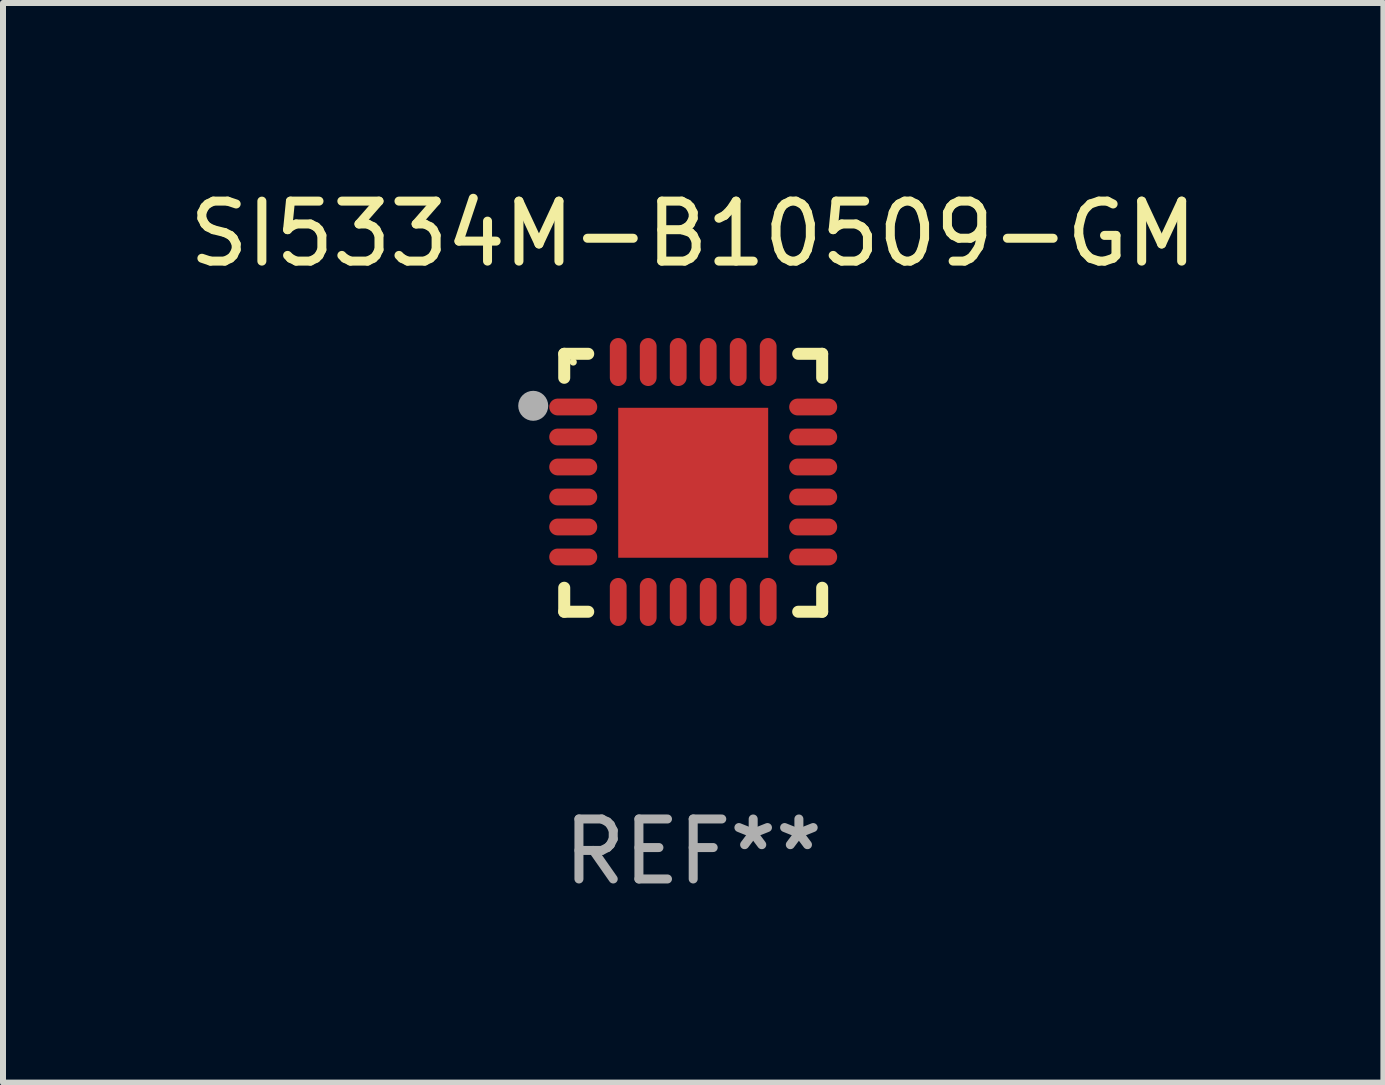
<source format=kicad_pcb>
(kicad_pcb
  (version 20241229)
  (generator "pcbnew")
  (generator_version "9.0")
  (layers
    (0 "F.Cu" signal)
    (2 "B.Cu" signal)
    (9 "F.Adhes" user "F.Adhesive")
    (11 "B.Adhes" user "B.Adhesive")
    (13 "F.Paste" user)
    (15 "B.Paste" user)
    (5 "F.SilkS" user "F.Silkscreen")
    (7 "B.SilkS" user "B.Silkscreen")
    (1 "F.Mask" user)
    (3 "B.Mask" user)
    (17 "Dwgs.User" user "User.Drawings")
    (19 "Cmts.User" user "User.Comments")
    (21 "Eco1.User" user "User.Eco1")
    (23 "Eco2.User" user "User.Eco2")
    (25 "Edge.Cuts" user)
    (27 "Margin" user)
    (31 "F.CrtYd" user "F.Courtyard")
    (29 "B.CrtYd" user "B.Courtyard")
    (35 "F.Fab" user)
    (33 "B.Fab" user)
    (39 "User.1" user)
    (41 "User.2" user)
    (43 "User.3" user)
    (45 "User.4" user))
  (footprint "SI5334M-B10509-GM"
    (layer "F.Cu")
    (at 8.506 4.998)
    (property "Reference" "SI5334M-B10509-GM" (at 0 -4.15 0) (layer "F.SilkS") (effects (font (size 1 1) (thickness 0.15))))
    (attr through_hole)
    (fp_line (start -2.15 -2.15) (end -1.75 -2.15) (stroke (width 0.2) (type solid)) (layer "F.SilkS"))
    (fp_line (start -2.15 -1.75) (end -2.15 -2.15) (stroke (width 0.2) (type solid)) (layer "F.SilkS"))
    (fp_line (start -2.15 2.15) (end -2.15 1.75) (stroke (width 0.2) (type solid)) (layer "F.SilkS"))
    (fp_line (start -1.75 2.15) (end -2.15 2.15) (stroke (width 0.2) (type solid)) (layer "F.SilkS"))
    (fp_line (start 1.75 -2.15) (end 2.15 -2.15) (stroke (width 0.2) (type solid)) (layer "F.SilkS"))
    (fp_line (start 1.75 2.15) (end 2.15 2.15) (stroke (width 0.2) (type solid)) (layer "F.SilkS"))
    (fp_line (start 2.15 -2.15) (end 2.15 -1.75) (stroke (width 0.2) (type solid)) (layer "F.SilkS"))
    (fp_line (start 2.15 2.15) (end 2.15 1.75) (stroke (width 0.2) (type solid)) (layer "F.SilkS"))
    (fp_circle (center -2 -2.013) (end -1.97 -2.013) (stroke (width 0.06) (type solid)) (fill no) (layer "F.SilkS"))
    (fp_circle (center -2.667 -1.283) (end -2.542 -1.283) (stroke (width 0.25) (type solid)) (fill no) (layer "F.Fab"))
    (fp_text user "REF**" (at 0 6.15 0) (layer "F.Fab") (effects (font (size 1 1) (thickness 0.15))))
    (pad "1" smd oval (at -2 -1.263) (size 0.8 0.28) (layers "F.Cu" "F.Mask" "F.Paste"))
    (pad "2" smd oval (at -2 -0.763) (size 0.8 0.28) (layers "F.Cu" "F.Mask" "F.Paste"))
    (pad "3" smd oval (at -2 -0.263) (size 0.8 0.28) (layers "F.Cu" "F.Mask" "F.Paste"))
    (pad "4" smd oval (at -2 0.237) (size 0.8 0.28) (layers "F.Cu" "F.Mask" "F.Paste"))
    (pad "5" smd oval (at -2 0.737) (size 0.8 0.28) (layers "F.Cu" "F.Mask" "F.Paste"))
    (pad "6" smd oval (at -2 1.237) (size 0.8 0.28) (layers "F.Cu" "F.Mask" "F.Paste"))
    (pad "7" smd oval (at -1.25 1.987) (size 0.28 0.8) (layers "F.Cu" "F.Mask" "F.Paste"))
    (pad "8" smd oval (at -0.75 1.987) (size 0.28 0.8) (layers "F.Cu" "F.Mask" "F.Paste"))
    (pad "9" smd oval (at -0.25 1.987) (size 0.28 0.8) (layers "F.Cu" "F.Mask" "F.Paste"))
    (pad "10" smd oval (at 0.25 1.987) (size 0.28 0.8) (layers "F.Cu" "F.Mask" "F.Paste"))
    (pad "11" smd oval (at 0.75 1.987) (size 0.28 0.8) (layers "F.Cu" "F.Mask" "F.Paste"))
    (pad "12" smd oval (at 1.25 1.987) (size 0.28 0.8) (layers "F.Cu" "F.Mask" "F.Paste"))
    (pad "13" smd oval (at 2 1.237) (size 0.8 0.28) (layers "F.Cu" "F.Mask" "F.Paste"))
    (pad "14" smd oval (at 2 0.737) (size 0.8 0.28) (layers "F.Cu" "F.Mask" "F.Paste"))
    (pad "15" smd oval (at 2 0.237) (size 0.8 0.28) (layers "F.Cu" "F.Mask" "F.Paste"))
    (pad "16" smd oval (at 2 -0.263) (size 0.8 0.28) (layers "F.Cu" "F.Mask" "F.Paste"))
    (pad "17" smd oval (at 2 -0.763) (size 0.8 0.28) (layers "F.Cu" "F.Mask" "F.Paste"))
    (pad "18" smd oval (at 2 -1.263) (size 0.8 0.28) (layers "F.Cu" "F.Mask" "F.Paste"))
    (pad "19" smd oval (at 1.25 -2.013) (size 0.28 0.8) (layers "F.Cu" "F.Mask" "F.Paste"))
    (pad "20" smd oval (at 0.75 -2.013) (size 0.28 0.8) (layers "F.Cu" "F.Mask" "F.Paste"))
    (pad "21" smd oval (at 0.25 -2.013) (size 0.28 0.8) (layers "F.Cu" "F.Mask" "F.Paste"))
    (pad "22" smd oval (at -0.25 -2.013) (size 0.28 0.8) (layers "F.Cu" "F.Mask" "F.Paste"))
    (pad "23" smd oval (at -0.75 -2.013) (size 0.28 0.8) (layers "F.Cu" "F.Mask" "F.Paste"))
    (pad "24" smd oval (at -1.25 -2.013) (size 0.28 0.8) (layers "F.Cu" "F.Mask" "F.Paste"))
    (pad "25" smd rect (at -0.000127 -0.00014) (size 2.5 2.5) (layers "F.Cu" "F.Mask" "F.Paste")))
  (gr_rect
    (start -3 -3)
    (end 20.012 14.997)
    (stroke (width 0.1) (type default))
    (fill no)
    (layer "Edge.Cuts")))
</source>
